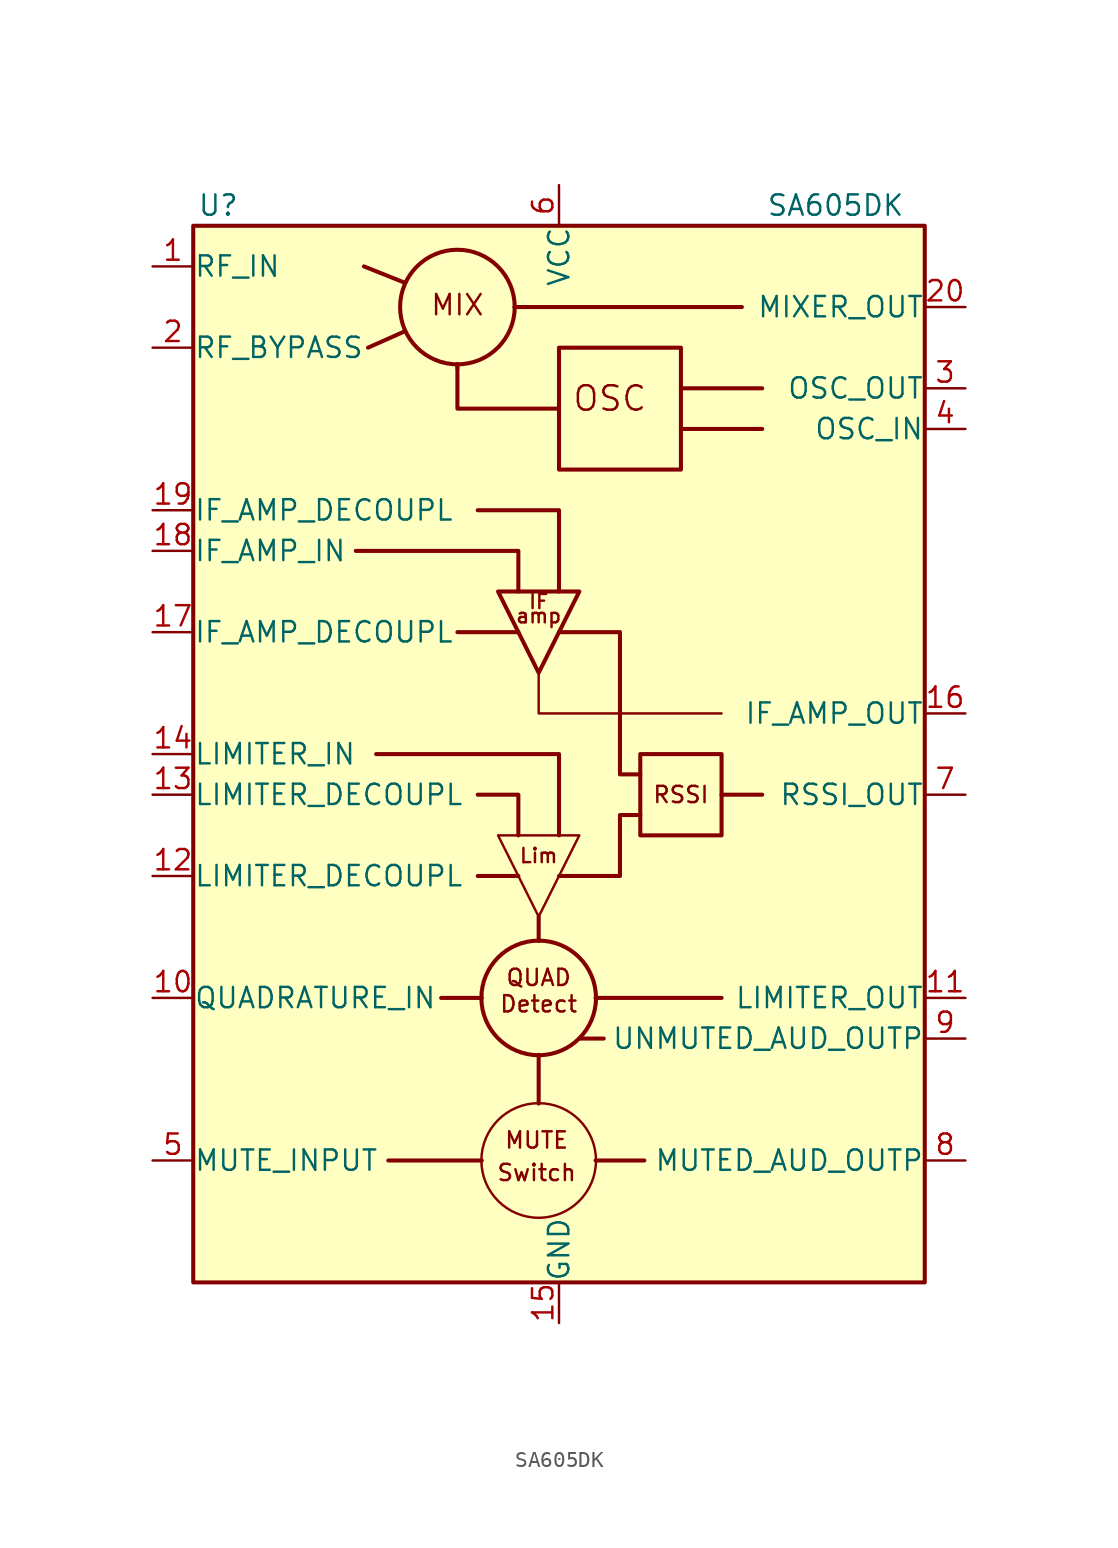
<source format=kicad_sym>
(kicad_symbol_lib
  (version 20220914)
  (generator kicad_symbol_editor)
  (symbol "SA605DK"
    (pin_names
      (offset 0.025))
    (property "Reference" "U"
      (at -22.606 24.13 0)
      (effects (font (size 1.27 1.27)) (justify left)))
    (property "Value" "SA605DK"
      (at 12.954 24.13 0)
      (effects (font (size 1.27 1.27)) (justify left)))
    (symbol "SA605DK_0_0"
      (circle (center -1.27 -35.56) (radius 3.581) (stroke (width 0) (type default)) (fill (type none)))
      (circle (center -1.27 -25.4) (radius 3.581) (stroke (width 0.254) (type default)) (fill (type none)))
      (polyline (pts (xy -12.192 20.32) (xy -9.652 19.304)) (stroke (width 0.254) (type default)) (fill (type none)))
      (polyline (pts (xy -11.938 15.24) (xy -9.652 16.256)) (stroke (width 0.254) (type default)) (fill (type none)))
      (polyline (pts (xy -6.35 -2.54) (xy -2.54 -2.54)) (stroke (width 0.254) (type default)) (fill (type none)))
      (polyline (pts (xy -6.35 13.97) (xy -6.35 14.224)) (stroke (width 0.254) (type default)) (fill (type none)))
      (polyline (pts (xy -4.826 -35.56) (xy -10.668 -35.56)) (stroke (width 0.254) (type default)) (fill (type none)))
      (polyline (pts (xy -4.826 -25.4) (xy -7.366 -25.4)) (stroke (width 0.254) (type default)) (fill (type none)))
      (polyline (pts (xy -2.54 -17.78) (xy -5.08 -17.78)) (stroke (width 0.254) (type default)) (fill (type none)))
      (polyline (pts (xy -2.54 17.78) (xy -2.794 17.78)) (stroke (width 0.254) (type default)) (fill (type none)))
      (polyline (pts (xy -1.27 -28.956) (xy -1.27 -32.004)) (stroke (width 0.254) (type default)) (fill (type none)))
      (polyline (pts (xy -1.27 -20.32) (xy -1.27 -21.844)) (stroke (width 0.254) (type default)) (fill (type none)))
      (polyline (pts (xy 1.27 -27.94) (xy 2.794 -27.94)) (stroke (width 0.254) (type default)) (fill (type none)))
      (polyline (pts (xy 2.286 -35.56) (xy 5.334 -35.56)) (stroke (width 0.254) (type default)) (fill (type none)))
      (polyline (pts (xy 2.286 -25.4) (xy 10.16 -25.4)) (stroke (width 0.254) (type default)) (fill (type none)))
      (polyline (pts (xy 7.62 10.16) (xy 12.7 10.16)) (stroke (width 0.254) (type default)) (fill (type none)))
      (polyline (pts (xy 10.16 -12.7) (xy 12.7 -12.7)) (stroke (width 0.254) (type default)) (fill (type none)))
      (polyline (pts (xy 11.43 17.78) (xy -2.54 17.78)) (stroke (width 0.254) (type default)) (fill (type none)))
      (polyline (pts (xy 12.7 12.7) (xy 7.62 12.7)) (stroke (width 0.254) (type default)) (fill (type none)))
      (polyline (pts (xy -12.7 2.54) (xy -2.54 2.54) (xy -2.54 0)) (stroke (width 0.254) (type default)) (fill (type none)))
      (polyline (pts (xy -11.43 -10.16) (xy 0 -10.16) (xy 0 -15.24)) (stroke (width 0.254) (type default)) (fill (type none)))
      (polyline (pts (xy -5.08 5.08) (xy 0 5.08) (xy 0 0)) (stroke (width 0.254) (type default)) (fill (type none)))
      (polyline (pts (xy -2.54 -15.24) (xy -2.54 -12.7) (xy -5.08 -12.7)) (stroke (width 0.254) (type default)) (fill (type none)))
      (polyline (pts (xy 0 11.43) (xy -6.35 11.43) (xy -6.35 13.97)) (stroke (width 0.254) (type default)) (fill (type none)))
      (polyline (pts (xy 0 -17.78) (xy 3.81 -17.78) (xy 3.81 -13.97) (xy 5.08 -13.97)) (stroke (width 0.254) (type default)) (fill (type none)))
      (polyline (pts (xy 0 -2.54) (xy 3.81 -2.54) (xy 3.81 -11.43) (xy 5.08 -11.43)) (stroke (width 0.254) (type default)) (fill (type none)))
      (polyline (pts (xy 1.27 -15.24) (xy -3.81 -15.24) (xy -1.27 -20.32) (xy 1.27 -15.24) (xy 1.27 -15.24)) (stroke (width 0) (type default)) (fill (type background)))
      (polyline (pts (xy 1.27 0) (xy -3.81 0) (xy -1.27 -5.08) (xy 1.27 0) (xy 1.27 0)) (stroke (width 0.254) (type default)) (fill (type background)))
      (text "amp" (at -1.27 -1.524 0) (effects (font (size 0.889 0.889))))
      (text "Detect" (at -1.27 -25.781 0) (effects (font (size 1.016 1.016))))
      (text "IF" (at -1.27 -0.635 0) (effects (font (size 0.889 0.889))))
      (text "Lim" (at -1.27 -16.51 0) (effects (font (size 0.889 0.889))))
      (text "MIX" (at -6.35 17.907 0) (effects (font (size 1.27 1.27))))
      (text "MUTE" (at -1.397 -34.29 0) (effects (font (size 1.016 1.016))))
      (text "OSC" (at 3.175 12.065 0) (effects (font (size 1.524 1.524))))
      (text "QUAD" (at -1.27 -24.13 0) (effects (font (size 1.016 1.016))))
      (text "RSSI" (at 7.62 -12.7 0) (effects (font (size 1.016 1.016))))
      (text "Switch" (at -1.397 -36.322 0) (effects (font (size 1.016 1.016)))))
    (symbol "SA605DK_0_1"
      (rectangle (start -22.86 22.86) (end 22.86 -43.18) (stroke (width 0.254) (type default)) (fill (type background)))
      (circle (center -6.35 17.78) (radius 3.581) (stroke (width 0.254) (type default)) (fill (type none)))
      (polyline (pts (xy -1.27 -5.08) (xy -1.27 -7.62) (xy 10.16 -7.62)) (stroke (width 0) (type default)) (fill (type none)))
      (rectangle (start 0 15.24) (end 7.62 7.62) (stroke (width 0.254) (type default)) (fill (type none)))
      (rectangle (start 5.08 -10.16) (end 10.16 -15.24) (stroke (width 0.254) (type default)) (fill (type none))))
    (symbol "SA605DK_1_1"
      (pin input line (at -25.4 20.32 0) (length 2.54) (name "RF_IN" (effects (font (size 1.27 1.27)))) (number "1" (effects (font (size 1.27 1.27)))))
      (pin input line (at -25.4 -25.4 0) (length 2.54) (name "QUADRATURE_IN" (effects (font (size 1.27 1.27)))) (number "10" (effects (font (size 1.27 1.27)))))
      (pin output line (at 25.4 -25.4 180) (length 2.54) (name "LIMITER_OUT" (effects (font (size 1.27 1.27)))) (number "11" (effects (font (size 1.27 1.27)))))
      (pin input line (at -25.4 -17.78 0) (length 2.54) (name "LIMITER_DECOUPL" (effects (font (size 1.27 1.27)))) (number "12" (effects (font (size 1.27 1.27)))))
      (pin input line (at -25.4 -12.7 0) (length 2.54) (name "LIMITER_DECOUPL" (effects (font (size 1.27 1.27)))) (number "13" (effects (font (size 1.27 1.27)))))
      (pin input line (at -25.4 -10.16 0) (length 2.54) (name "LIMITER_IN" (effects (font (size 1.27 1.27)))) (number "14" (effects (font (size 1.27 1.27)))))
      (pin power_in line (at 0 -45.72 90) (length 2.54) (name "GND" (effects (font (size 1.27 1.27)))) (number "15" (effects (font (size 1.27 1.27)))))
      (pin output line (at 25.4 -7.62 180) (length 2.54) (name "IF_AMP_OUT" (effects (font (size 1.27 1.27)))) (number "16" (effects (font (size 1.27 1.27)))))
      (pin input line (at -25.4 -2.54 0) (length 2.54) (name "IF_AMP_DECOUPL" (effects (font (size 1.27 1.27)))) (number "17" (effects (font (size 1.27 1.27)))))
      (pin input line (at -25.4 2.54 0) (length 2.54) (name "IF_AMP_IN" (effects (font (size 1.27 1.27)))) (number "18" (effects (font (size 1.27 1.27)))))
      (pin input line (at -25.4 5.08 0) (length 2.54) (name "IF_AMP_DECOUPL" (effects (font (size 1.27 1.27)))) (number "19" (effects (font (size 1.27 1.27)))))
      (pin input line (at -25.4 15.24 0) (length 2.54) (name "RF_BYPASS" (effects (font (size 1.27 1.27)))) (number "2" (effects (font (size 1.27 1.27)))))
      (pin output line (at 25.4 17.78 180) (length 2.54) (name "MIXER_OUT" (effects (font (size 1.27 1.27)))) (number "20" (effects (font (size 1.27 1.27)))))
      (pin output line (at 25.4 12.7 180) (length 2.54) (name "OSC_OUT" (effects (font (size 1.27 1.27)))) (number "3" (effects (font (size 1.27 1.27)))))
      (pin input line (at 25.4 10.16 180) (length 2.54) (name "OSC_IN" (effects (font (size 1.27 1.27)))) (number "4" (effects (font (size 1.27 1.27)))))
      (pin input line (at -25.4 -35.56 0) (length 2.54) (name "MUTE_INPUT" (effects (font (size 1.27 1.27)))) (number "5" (effects (font (size 1.27 1.27)))))
      (pin power_in line (at 0 25.4 270) (length 2.54) (name "VCC" (effects (font (size 1.27 1.27)))) (number "6" (effects (font (size 1.27 1.27)))))
      (pin output line (at 25.4 -12.7 180) (length 2.54) (name "RSSI_OUT" (effects (font (size 1.27 1.27)))) (number "7" (effects (font (size 1.27 1.27)))))
      (pin output line (at 25.4 -35.56 180) (length 2.54) (name "MUTED_AUD_OUTP" (effects (font (size 1.27 1.27)))) (number "8" (effects (font (size 1.27 1.27)))))
      (pin output line (at 25.4 -27.94 180) (length 2.54) (name "UNMUTED_AUD_OUTP" (effects (font (size 1.27 1.27)))) (number "9" (effects (font (size 1.27 1.27))))))))
</source>
